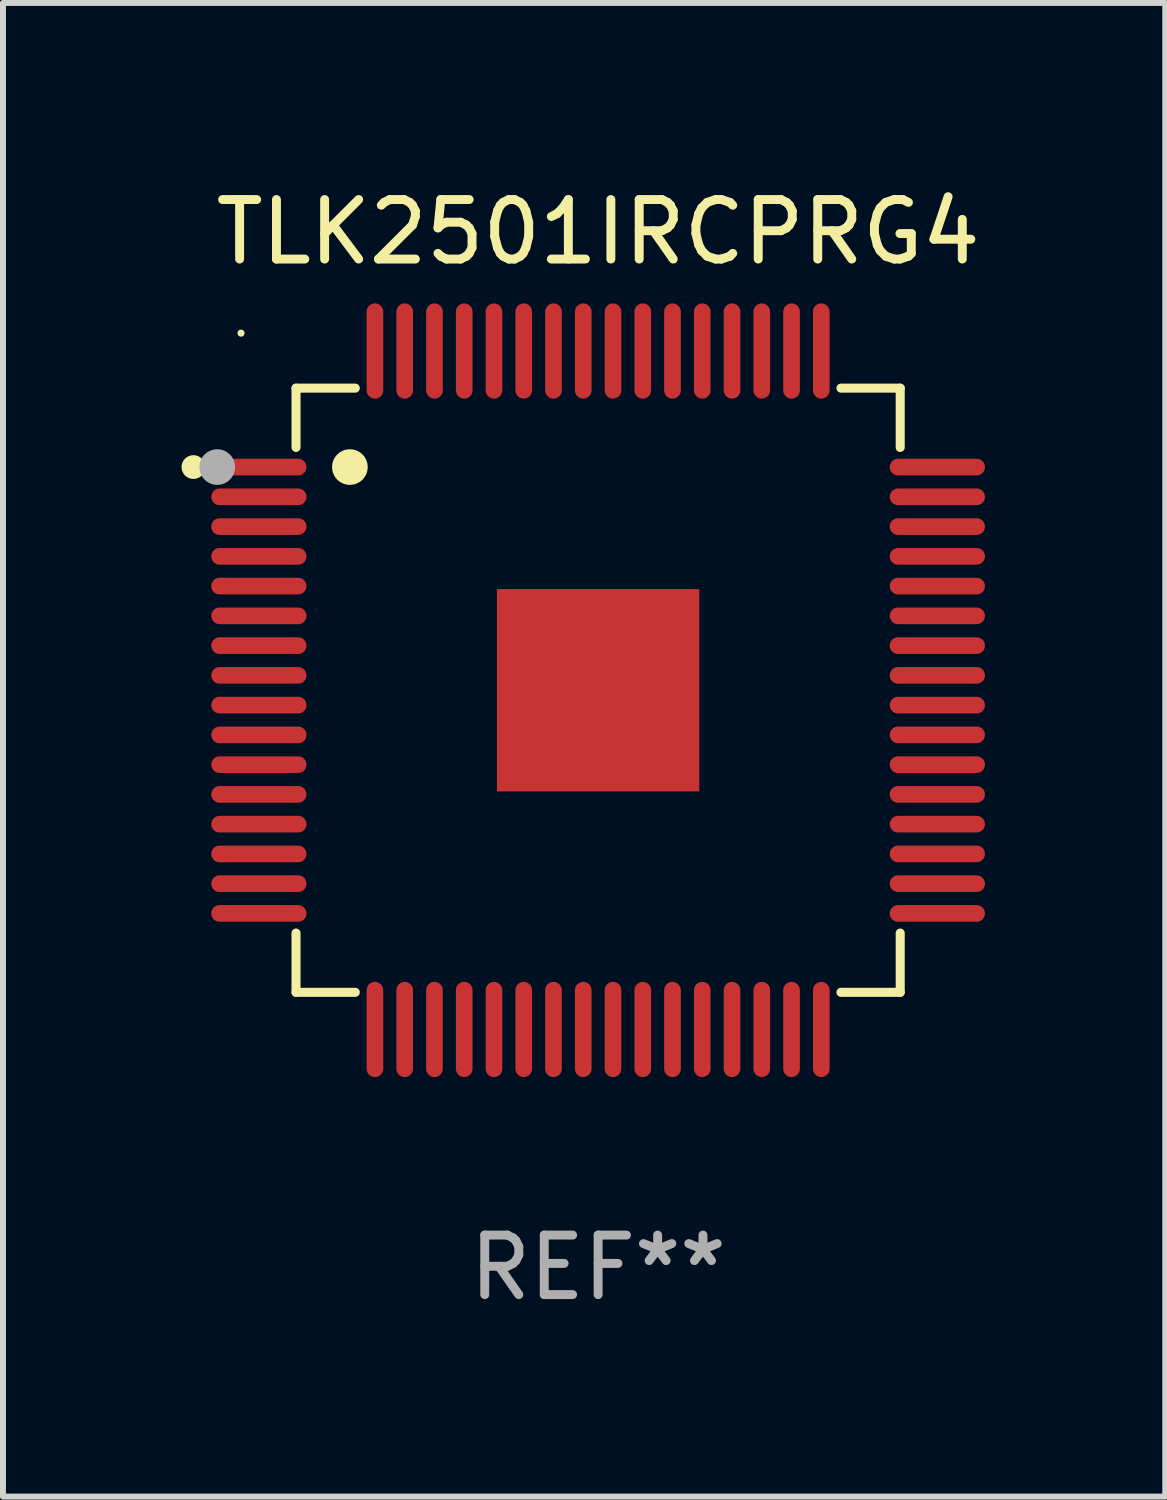
<source format=kicad_pcb>
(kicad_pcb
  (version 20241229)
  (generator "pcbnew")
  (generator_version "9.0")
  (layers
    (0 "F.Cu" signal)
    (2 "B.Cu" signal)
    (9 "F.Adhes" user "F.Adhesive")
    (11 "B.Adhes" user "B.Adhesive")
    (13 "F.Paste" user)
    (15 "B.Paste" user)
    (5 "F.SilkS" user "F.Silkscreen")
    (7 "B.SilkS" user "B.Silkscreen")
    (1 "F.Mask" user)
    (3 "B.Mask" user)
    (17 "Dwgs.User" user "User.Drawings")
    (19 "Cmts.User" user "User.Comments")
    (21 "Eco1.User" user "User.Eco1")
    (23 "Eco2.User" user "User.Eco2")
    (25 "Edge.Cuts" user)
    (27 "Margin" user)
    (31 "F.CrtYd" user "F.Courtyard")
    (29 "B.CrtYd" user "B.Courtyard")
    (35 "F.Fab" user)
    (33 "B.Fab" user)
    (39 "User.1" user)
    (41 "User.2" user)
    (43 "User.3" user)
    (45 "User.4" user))
  (footprint "TLK2501IRCPRG4"
    (layer "F.Cu")
    (at 7 8.548)
    (property "Reference" "TLK2501IRCPRG4" (at 0 -7.7 0) (layer "F.SilkS") (effects (font (size 1 1) (thickness 0.15))))
    (attr through_hole)
    (fp_line (start -5.076 -5.076) (end -5.076 -4.08) (stroke (width 0.152) (type solid)) (layer "F.SilkS"))
    (fp_line (start -5.076 5.076) (end -5.076 4.08) (stroke (width 0.152) (type solid)) (layer "F.SilkS"))
    (fp_line (start -4.08 -5.076) (end -5.076 -5.076) (stroke (width 0.152) (type solid)) (layer "F.SilkS"))
    (fp_line (start -4.08 5.076) (end -5.076 5.076) (stroke (width 0.152) (type solid)) (layer "F.SilkS"))
    (fp_line (start 4.08 -5.076) (end 5.076 -5.076) (stroke (width 0.152) (type solid)) (layer "F.SilkS"))
    (fp_line (start 4.08 5.076) (end 5.076 5.076) (stroke (width 0.152) (type solid)) (layer "F.SilkS"))
    (fp_line (start 5.076 -5.076) (end 5.076 -4.08) (stroke (width 0.152) (type solid)) (layer "F.SilkS"))
    (fp_line (start 5.076 5.076) (end 5.076 4.08) (stroke (width 0.152) (type solid)) (layer "F.SilkS"))
    (fp_circle (center -6.8 -3.75) (end -6.7 -3.75) (stroke (width 0.2) (type solid)) (fill no) (layer "F.SilkS"))
    (fp_circle (center -6 -6) (end -5.97 -6) (stroke (width 0.06) (type solid)) (fill no) (layer "F.SilkS"))
    (fp_circle (center -4.171 -3.75) (end -4.021 -3.75) (stroke (width 0.3) (type solid)) (fill no) (layer "F.SilkS"))
    (fp_circle (center -6.4 -3.75) (end -6.25 -3.75) (stroke (width 0.3) (type solid)) (fill no) (layer "F.Fab"))
    (fp_text user "REF**" (at 0 9.7 0) (layer "F.Fab") (effects (font (size 1 1) (thickness 0.15))))
    (pad "1" smd oval (at -5.7 -3.75 270) (size 0.28 1.6) (layers "F.Cu" "F.Mask" "F.Paste"))
    (pad "2" smd oval (at -5.7 -3.25 270) (size 0.28 1.6) (layers "F.Cu" "F.Mask" "F.Paste"))
    (pad "3" smd oval (at -5.7 -2.75 270) (size 0.28 1.6) (layers "F.Cu" "F.Mask" "F.Paste"))
    (pad "4" smd oval (at -5.7 -2.25 270) (size 0.28 1.6) (layers "F.Cu" "F.Mask" "F.Paste"))
    (pad "5" smd oval (at -5.7 -1.75 270) (size 0.28 1.6) (layers "F.Cu" "F.Mask" "F.Paste"))
    (pad "6" smd oval (at -5.7 -1.25 270) (size 0.28 1.6) (layers "F.Cu" "F.Mask" "F.Paste"))
    (pad "7" smd oval (at -5.7 -0.75 270) (size 0.28 1.6) (layers "F.Cu" "F.Mask" "F.Paste"))
    (pad "8" smd oval (at -5.7 -0.25 270) (size 0.28 1.6) (layers "F.Cu" "F.Mask" "F.Paste"))
    (pad "9" smd oval (at -5.7 0.25 270) (size 0.28 1.6) (layers "F.Cu" "F.Mask" "F.Paste"))
    (pad "10" smd oval (at -5.7 0.75 270) (size 0.28 1.6) (layers "F.Cu" "F.Mask" "F.Paste"))
    (pad "11" smd oval (at -5.7 1.25 270) (size 0.28 1.6) (layers "F.Cu" "F.Mask" "F.Paste"))
    (pad "12" smd oval (at -5.7 1.75 270) (size 0.28 1.6) (layers "F.Cu" "F.Mask" "F.Paste"))
    (pad "13" smd oval (at -5.7 2.25 270) (size 0.28 1.6) (layers "F.Cu" "F.Mask" "F.Paste"))
    (pad "14" smd oval (at -5.7 2.75 270) (size 0.28 1.6) (layers "F.Cu" "F.Mask" "F.Paste"))
    (pad "15" smd oval (at -5.7 3.25 270) (size 0.28 1.6) (layers "F.Cu" "F.Mask" "F.Paste"))
    (pad "16" smd oval (at -5.7 3.75 270) (size 0.28 1.6) (layers "F.Cu" "F.Mask" "F.Paste"))
    (pad "17" smd oval (at -3.75 5.7 270) (size 1.6 0.28) (layers "F.Cu" "F.Mask" "F.Paste"))
    (pad "18" smd oval (at -3.25 5.7 270) (size 1.6 0.28) (layers "F.Cu" "F.Mask" "F.Paste"))
    (pad "19" smd oval (at -2.75 5.7 270) (size 1.6 0.28) (layers "F.Cu" "F.Mask" "F.Paste"))
    (pad "20" smd oval (at -2.25 5.7 270) (size 1.6 0.28) (layers "F.Cu" "F.Mask" "F.Paste"))
    (pad "21" smd oval (at -1.75 5.7 270) (size 1.6 0.28) (layers "F.Cu" "F.Mask" "F.Paste"))
    (pad "22" smd oval (at -1.25 5.7 270) (size 1.6 0.28) (layers "F.Cu" "F.Mask" "F.Paste"))
    (pad "23" smd oval (at -0.75 5.7 270) (size 1.6 0.28) (layers "F.Cu" "F.Mask" "F.Paste"))
    (pad "24" smd oval (at -0.25 5.7 270) (size 1.6 0.28) (layers "F.Cu" "F.Mask" "F.Paste"))
    (pad "25" smd oval (at 0.25 5.7 270) (size 1.6 0.28) (layers "F.Cu" "F.Mask" "F.Paste"))
    (pad "26" smd oval (at 0.75 5.7 270) (size 1.6 0.28) (layers "F.Cu" "F.Mask" "F.Paste"))
    (pad "27" smd oval (at 1.25 5.7 270) (size 1.6 0.28) (layers "F.Cu" "F.Mask" "F.Paste"))
    (pad "28" smd oval (at 1.75 5.7 270) (size 1.6 0.28) (layers "F.Cu" "F.Mask" "F.Paste"))
    (pad "29" smd oval (at 2.25 5.7 270) (size 1.6 0.28) (layers "F.Cu" "F.Mask" "F.Paste"))
    (pad "30" smd oval (at 2.75 5.7 270) (size 1.6 0.28) (layers "F.Cu" "F.Mask" "F.Paste"))
    (pad "31" smd oval (at 3.25 5.7 270) (size 1.6 0.28) (layers "F.Cu" "F.Mask" "F.Paste"))
    (pad "32" smd oval (at 3.75 5.7 270) (size 1.6 0.28) (layers "F.Cu" "F.Mask" "F.Paste"))
    (pad "33" smd oval (at 5.7 3.75 270) (size 0.28 1.6) (layers "F.Cu" "F.Mask" "F.Paste"))
    (pad "34" smd oval (at 5.7 3.25 270) (size 0.28 1.6) (layers "F.Cu" "F.Mask" "F.Paste"))
    (pad "35" smd oval (at 5.7 2.75 270) (size 0.28 1.6) (layers "F.Cu" "F.Mask" "F.Paste"))
    (pad "36" smd oval (at 5.7 2.25 270) (size 0.28 1.6) (layers "F.Cu" "F.Mask" "F.Paste"))
    (pad "37" smd oval (at 5.7 1.75 270) (size 0.28 1.6) (layers "F.Cu" "F.Mask" "F.Paste"))
    (pad "38" smd oval (at 5.7 1.25 270) (size 0.28 1.6) (layers "F.Cu" "F.Mask" "F.Paste"))
    (pad "39" smd oval (at 5.7 0.75 270) (size 0.28 1.6) (layers "F.Cu" "F.Mask" "F.Paste"))
    (pad "40" smd oval (at 5.7 0.25 270) (size 0.28 1.6) (layers "F.Cu" "F.Mask" "F.Paste"))
    (pad "41" smd oval (at 5.7 -0.25 270) (size 0.28 1.6) (layers "F.Cu" "F.Mask" "F.Paste"))
    (pad "42" smd oval (at 5.7 -0.75 270) (size 0.28 1.6) (layers "F.Cu" "F.Mask" "F.Paste"))
    (pad "43" smd oval (at 5.7 -1.25 270) (size 0.28 1.6) (layers "F.Cu" "F.Mask" "F.Paste"))
    (pad "44" smd oval (at 5.7 -1.75 270) (size 0.28 1.6) (layers "F.Cu" "F.Mask" "F.Paste"))
    (pad "45" smd oval (at 5.7 -2.25 270) (size 0.28 1.6) (layers "F.Cu" "F.Mask" "F.Paste"))
    (pad "46" smd oval (at 5.7 -2.75 270) (size 0.28 1.6) (layers "F.Cu" "F.Mask" "F.Paste"))
    (pad "47" smd oval (at 5.7 -3.25 270) (size 0.28 1.6) (layers "F.Cu" "F.Mask" "F.Paste"))
    (pad "48" smd oval (at 5.7 -3.75 270) (size 0.28 1.6) (layers "F.Cu" "F.Mask" "F.Paste"))
    (pad "49" smd oval (at 3.75 -5.7 270) (size 1.6 0.28) (layers "F.Cu" "F.Mask" "F.Paste"))
    (pad "50" smd oval (at 3.25 -5.7 270) (size 1.6 0.28) (layers "F.Cu" "F.Mask" "F.Paste"))
    (pad "51" smd oval (at 2.75 -5.7 270) (size 1.6 0.28) (layers "F.Cu" "F.Mask" "F.Paste"))
    (pad "52" smd oval (at 2.25 -5.7 270) (size 1.6 0.28) (layers "F.Cu" "F.Mask" "F.Paste"))
    (pad "53" smd oval (at 1.75 -5.7 270) (size 1.6 0.28) (layers "F.Cu" "F.Mask" "F.Paste"))
    (pad "54" smd oval (at 1.25 -5.7 270) (size 1.6 0.28) (layers "F.Cu" "F.Mask" "F.Paste"))
    (pad "55" smd oval (at 0.75 -5.7 270) (size 1.6 0.28) (layers "F.Cu" "F.Mask" "F.Paste"))
    (pad "56" smd oval (at 0.25 -5.7 270) (size 1.6 0.28) (layers "F.Cu" "F.Mask" "F.Paste"))
    (pad "57" smd oval (at -0.25 -5.7 270) (size 1.6 0.28) (layers "F.Cu" "F.Mask" "F.Paste"))
    (pad "58" smd oval (at -0.75 -5.7 270) (size 1.6 0.28) (layers "F.Cu" "F.Mask" "F.Paste"))
    (pad "59" smd oval (at -1.25 -5.7 270) (size 1.6 0.28) (layers "F.Cu" "F.Mask" "F.Paste"))
    (pad "60" smd oval (at -1.75 -5.7 270) (size 1.6 0.28) (layers "F.Cu" "F.Mask" "F.Paste"))
    (pad "61" smd oval (at -2.25 -5.7 270) (size 1.6 0.28) (layers "F.Cu" "F.Mask" "F.Paste"))
    (pad "62" smd oval (at -2.75 -5.7 270) (size 1.6 0.28) (layers "F.Cu" "F.Mask" "F.Paste"))
    (pad "63" smd oval (at -3.25 -5.7 270) (size 1.6 0.28) (layers "F.Cu" "F.Mask" "F.Paste"))
    (pad "64" smd oval (at -3.75 -5.7 270) (size 1.6 0.28) (layers "F.Cu" "F.Mask" "F.Paste"))
    (pad "65" smd rect (at 0 0 270) (size 3.4 3.4) (layers "F.Cu" "F.Mask" "F.Paste")))
  (gr_rect
    (start -3 -3)
    (end 16.53 22.097)
    (stroke (width 0.1) (type default))
    (fill no)
    (layer "Edge.Cuts")))
</source>
